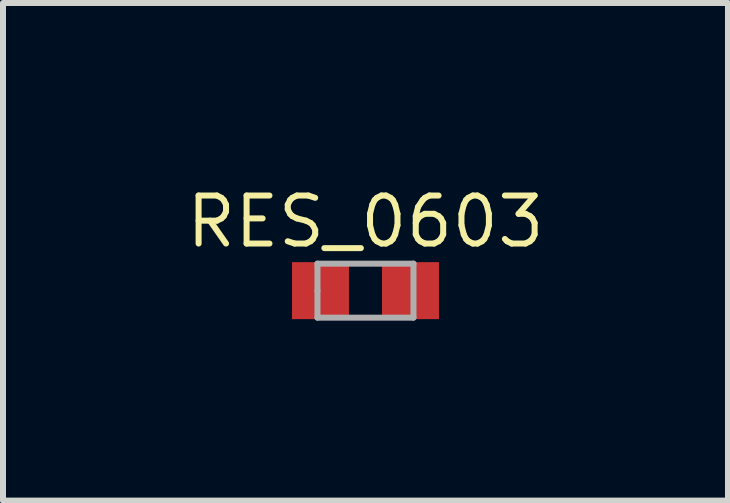
<source format=kicad_pcb>
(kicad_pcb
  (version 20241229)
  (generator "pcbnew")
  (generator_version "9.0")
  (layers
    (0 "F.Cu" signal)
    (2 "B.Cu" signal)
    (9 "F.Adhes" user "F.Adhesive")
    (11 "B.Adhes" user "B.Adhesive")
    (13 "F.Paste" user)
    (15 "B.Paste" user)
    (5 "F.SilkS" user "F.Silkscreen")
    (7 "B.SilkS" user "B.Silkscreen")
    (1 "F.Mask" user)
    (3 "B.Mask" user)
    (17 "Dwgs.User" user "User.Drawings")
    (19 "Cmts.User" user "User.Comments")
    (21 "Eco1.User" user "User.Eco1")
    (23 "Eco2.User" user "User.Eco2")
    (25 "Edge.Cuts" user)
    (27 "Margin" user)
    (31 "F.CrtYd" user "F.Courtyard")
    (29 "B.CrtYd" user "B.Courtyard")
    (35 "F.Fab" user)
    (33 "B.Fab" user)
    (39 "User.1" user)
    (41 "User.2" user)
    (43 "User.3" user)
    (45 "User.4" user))
  (footprint "RES_0603"
    (layer "F.Cu")
    (at 3.041 1.794)
    (property "Reference" "RES_0603" (at 0 -1.15 0) (layer "F.SilkS") (effects (font (size 0.8 0.8) (thickness 0.1))))
    (attr smd)
    (fp_line (start -0.8 -0.45) (end 0.8 -0.45) (stroke (width 0.1) (type solid)) (layer "F.Fab"))
    (fp_line (start -0.8 0) (end -0.8 -0.45) (stroke (width 0.1) (type solid)) (layer "F.Fab"))
    (fp_line (start -0.8 0.45) (end -0.8 0) (stroke (width 0.1) (type solid)) (layer "F.Fab"))
    (fp_line (start 0.8 -0.45) (end 0.8 0.45) (stroke (width 0.1) (type solid)) (layer "F.Fab"))
    (fp_line (start 0.8 0.45) (end -0.8 0.45) (stroke (width 0.1) (type solid)) (layer "F.Fab"))
    (pad "1" smd rect (at -0.75 0) (size 0.95 0.95) (layers "F.Cu" "F.Mask" "F.Paste"))
    (pad "2" smd rect (at 0.75 0) (size 0.95 0.95) (layers "F.Cu" "F.Mask" "F.Paste")))
  (gr_rect
    (start -3 -3)
    (end 9.083 5.293)
    (stroke (width 0.1) (type default))
    (fill no)
    (layer "Edge.Cuts")))
</source>
